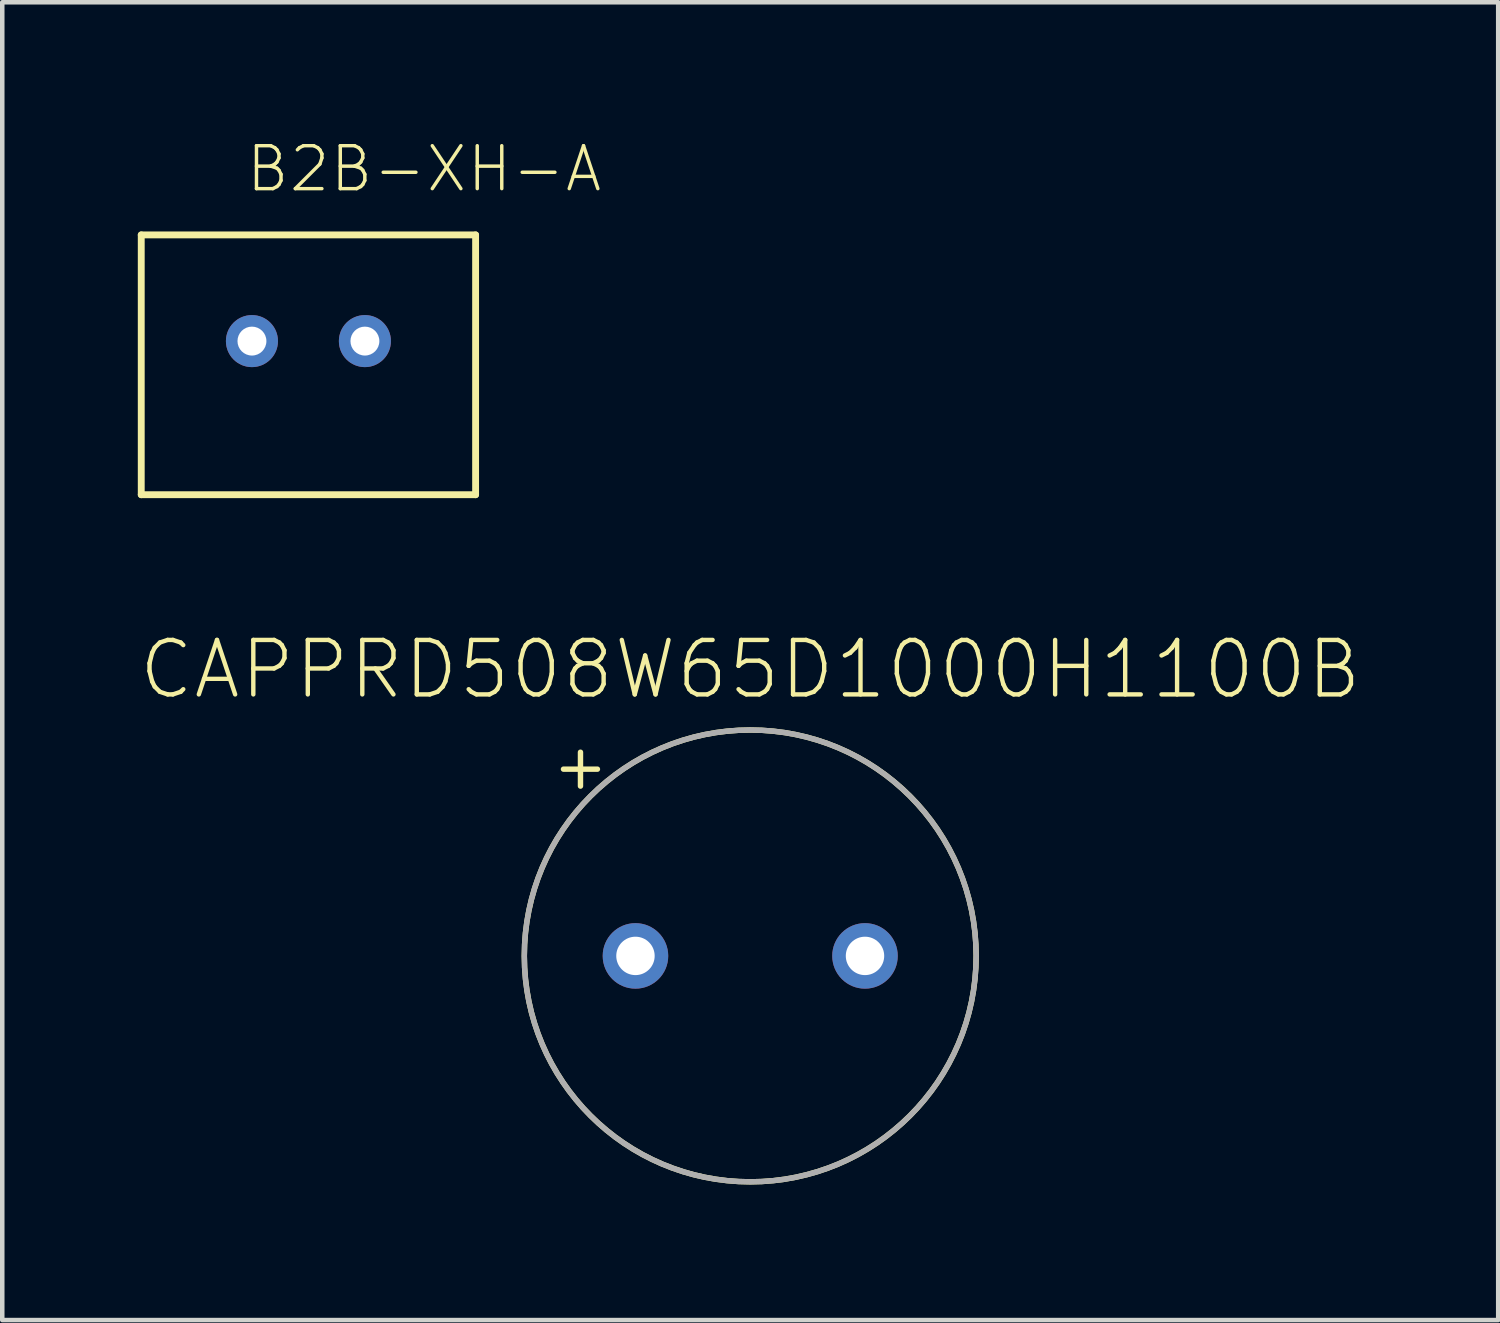
<source format=kicad_pcb>
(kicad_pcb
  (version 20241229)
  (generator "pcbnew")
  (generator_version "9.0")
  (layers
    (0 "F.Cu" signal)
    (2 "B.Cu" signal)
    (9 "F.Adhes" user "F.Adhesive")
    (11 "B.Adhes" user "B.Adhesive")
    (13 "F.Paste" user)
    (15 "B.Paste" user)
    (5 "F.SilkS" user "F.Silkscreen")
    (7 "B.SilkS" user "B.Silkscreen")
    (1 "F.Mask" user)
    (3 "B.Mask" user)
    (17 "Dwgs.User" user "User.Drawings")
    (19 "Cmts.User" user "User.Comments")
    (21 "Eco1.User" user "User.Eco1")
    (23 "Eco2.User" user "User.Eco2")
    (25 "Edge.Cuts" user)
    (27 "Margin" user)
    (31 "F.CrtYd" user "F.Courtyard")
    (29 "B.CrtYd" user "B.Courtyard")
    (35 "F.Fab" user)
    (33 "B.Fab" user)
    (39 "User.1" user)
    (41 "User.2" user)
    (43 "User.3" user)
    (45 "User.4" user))
  (footprint "B2B-XH-A"
    (layer "F.Cu")
    (at 2.526 4.499)
    (property "Reference" "B2B-XH-A" (at 3.81 -3.81 0) (layer "F.SilkS") (effects (font (size 0.95 0.95) (thickness 0.076))))
    (attr through_hole)
    (fp_line (start -2.45 -2.35) (end -2.45 3.4) (stroke (width 0.152) (type solid)) (layer "F.SilkS"))
    (fp_line (start -2.45 -2.35) (end 4.95 -2.35) (stroke (width 0.152) (type solid)) (layer "F.SilkS"))
    (fp_line (start -2.45 3.4) (end 4.95 3.4) (stroke (width 0.152) (type solid)) (layer "F.SilkS"))
    (fp_line (start 4.95 -2.35) (end 4.95 3.4) (stroke (width 0.152) (type solid)) (layer "F.SilkS"))
    (pad "1" thru_hole circle (at 0 0) (size 1.152 1.152) (drill 0.64) (layers "*.Cu" "*.Mask"))
    (pad "2" thru_hole circle (at 2.5 0) (size 1.152 1.152) (drill 0.64) (layers "*.Cu" "*.Mask")))
  (footprint "CAPPRD508W65D1000H1100B"
    (layer "F.Cu")
    (at 13.554 18.106)
    (property "Reference" "CAPPRD508W65D1000H1100B" (at 0 -5.635 0) (layer "F.SilkS") (effects (font (size 1.206 1.206) (thickness 0.097)) (justify bottom)))
    (attr through_hole)
    (fp_line (start -4.133 -4.133) (end -3.382 -4.133) (stroke (width 0.12) (type solid)) (layer "F.SilkS"))
    (fp_line (start -3.757 -4.508) (end -3.757 -3.758) (stroke (width 0.12) (type solid)) (layer "F.SilkS"))
    (fp_circle (center 0 0) (end 5 0) (stroke (width 0.12) (type solid)) (fill no) (layer "F.SilkS"))
    (fp_circle (center 0 0) (end 5 0) (stroke (width 0.12) (type solid)) (fill no) (layer "F.Fab"))
    (pad "1" thru_hole circle (at -2.54 0) (size 1.45 1.45) (drill 0.85) (layers "*.Cu" "*.Mask"))
    (pad "2" thru_hole circle (at 2.54 0) (size 1.45 1.45) (drill 0.85) (layers "*.Cu" "*.Mask")))
  (gr_rect
    (start -3 -3)
    (end 30.108 26.166)
    (stroke (width 0.1) (type default))
    (fill no)
    (layer "Edge.Cuts")))
</source>
